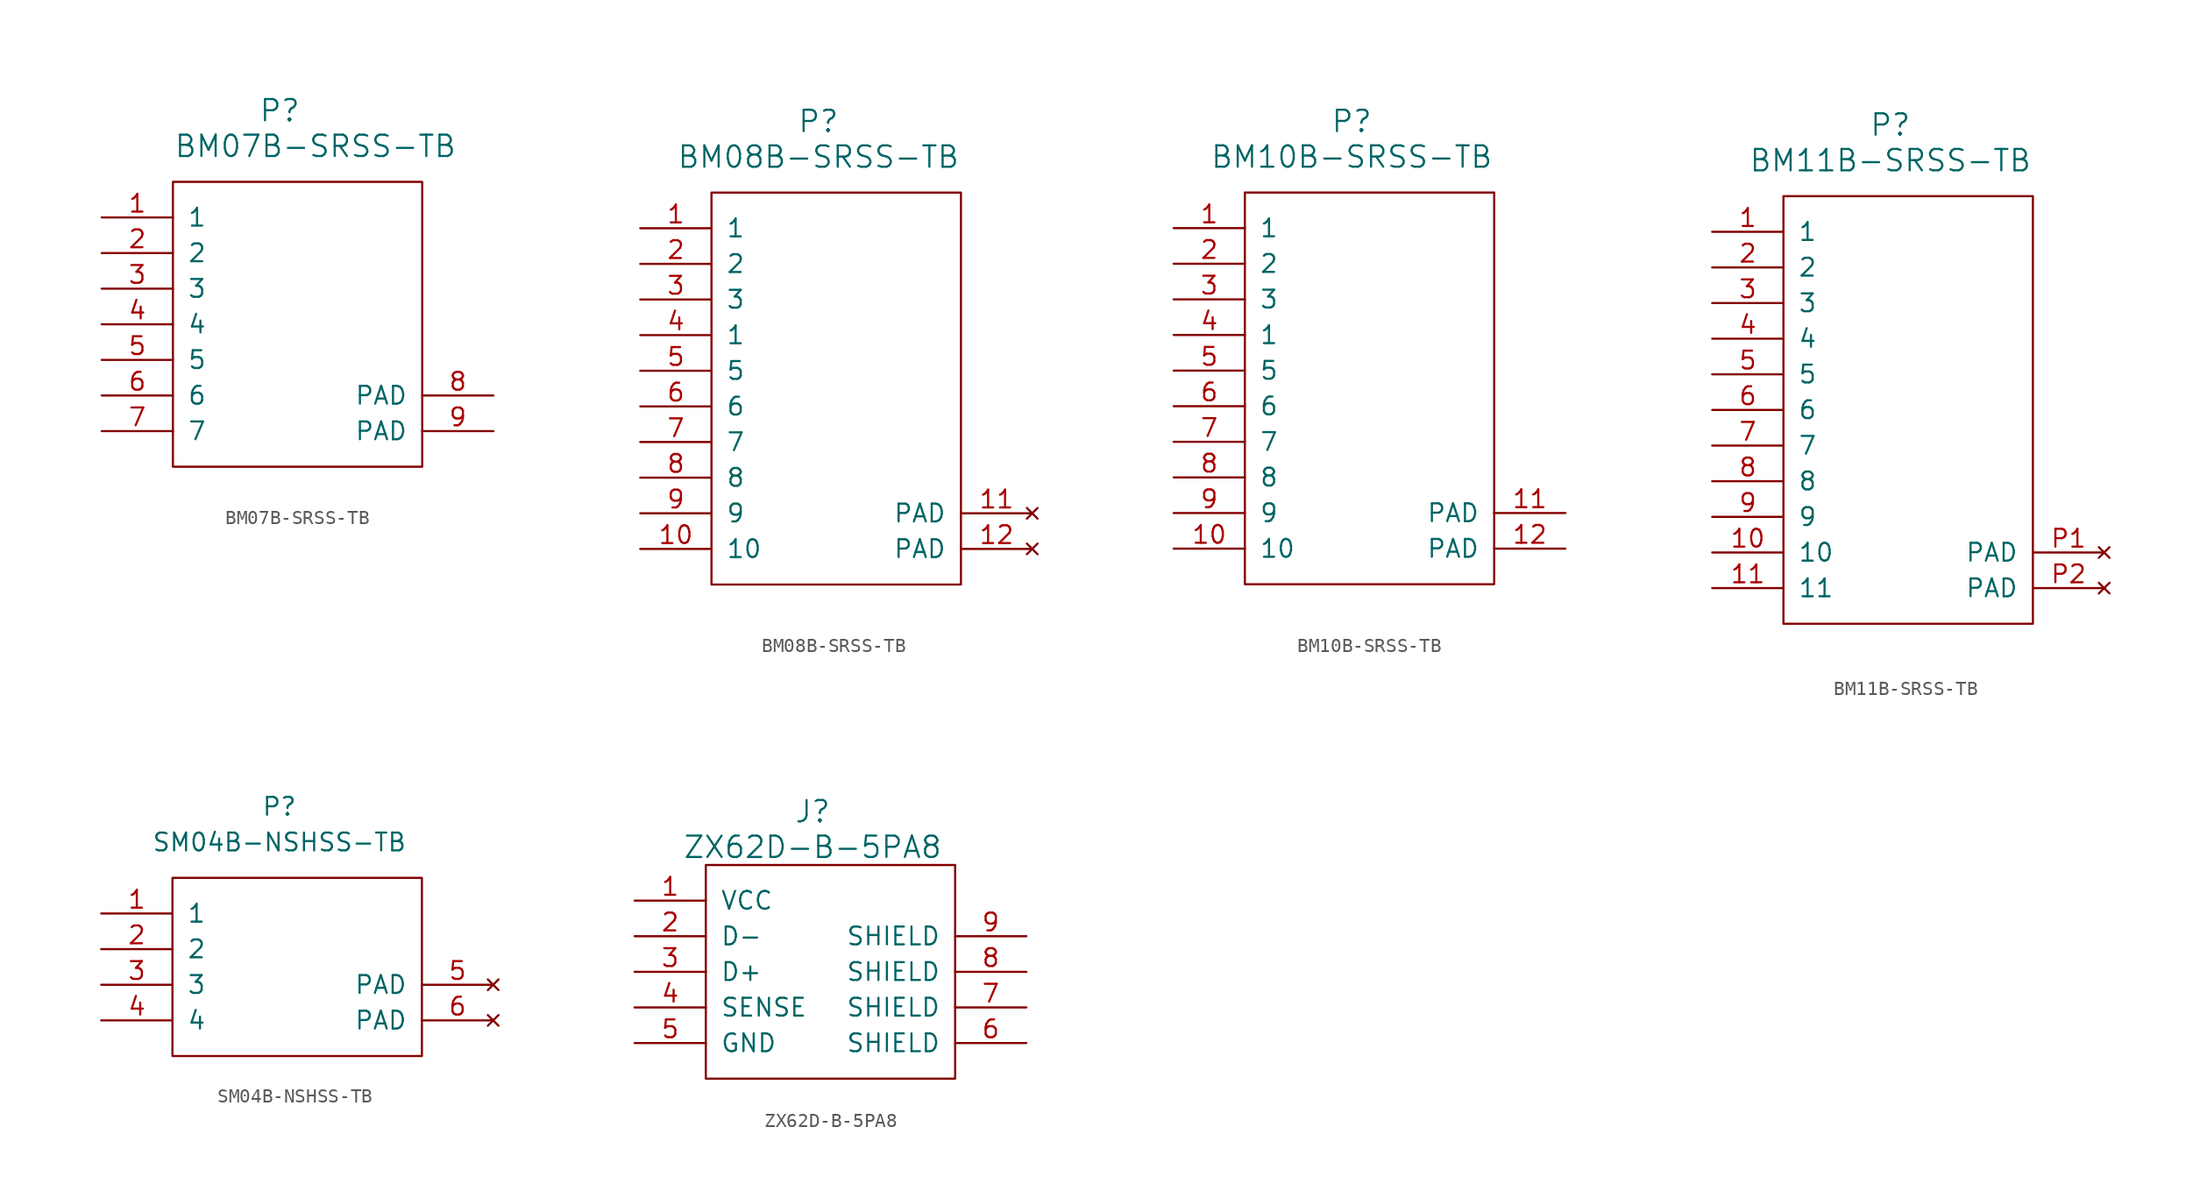
<source format=kicad_sym>
(kicad_symbol_lib
  (version 20220914)
  (generator kicad_symbol_editor)
  (symbol "BM07B-SRSS-TB"
    (pin_names
      (offset 1.016))
    (property "Reference" "P"
      (at 7.62 25.4 0)
      (effects (font (size 1.524 1.524))))
    (property "Value" "BM07B-SRSS-TB"
      (at 10.16 22.86 0)
      (effects (font (size 1.524 1.524))))
    (symbol "BM07B-SRSS-TB_0_1"
      (rectangle (start 0 0) (end 17.78 20.32) (stroke (width 0) (type solid)) (fill (type none))))
    (symbol "BM07B-SRSS-TB_1_1"
      (pin passive line (at -5.08 17.78 0) (length 5.08) (name "1" (effects (font (size 1.27 1.27)))) (number "1" (effects (font (size 1.27 1.27)))))
      (pin passive line (at -5.08 15.24 0) (length 5.08) (name "2" (effects (font (size 1.27 1.27)))) (number "2" (effects (font (size 1.27 1.27)))))
      (pin passive line (at -5.08 12.7 0) (length 5.08) (name "3" (effects (font (size 1.27 1.27)))) (number "3" (effects (font (size 1.27 1.27)))))
      (pin passive line (at -5.08 10.16 0) (length 5.08) (name "4" (effects (font (size 1.27 1.27)))) (number "4" (effects (font (size 1.27 1.27)))))
      (pin passive line (at -5.08 7.62 0) (length 5.08) (name "5" (effects (font (size 1.27 1.27)))) (number "5" (effects (font (size 1.27 1.27)))))
      (pin passive line (at -5.08 5.08 0) (length 5.08) (name "6" (effects (font (size 1.27 1.27)))) (number "6" (effects (font (size 1.27 1.27)))))
      (pin passive line (at -5.08 2.54 0) (length 5.08) (name "7" (effects (font (size 1.27 1.27)))) (number "7" (effects (font (size 1.27 1.27)))))
      (pin unspecified line (at 22.86 5.08 180) (length 5.08) (name "PAD" (effects (font (size 1.27 1.27)))) (number "8" (effects (font (size 1.27 1.27)))))
      (pin unspecified line (at 22.86 2.54 180) (length 5.08) (name "PAD" (effects (font (size 1.27 1.27)))) (number "9" (effects (font (size 1.27 1.27)))))))
  (symbol "BM08B-SRSS-TB"
    (pin_names
      (offset 1.016))
    (property "Reference" "P"
      (at 7.62 33.02 0)
      (effects (font (size 1.524 1.524))))
    (property "Value" "BM08B-SRSS-TB"
      (at 7.62 30.48 0)
      (effects (font (size 1.524 1.524))))
    (symbol "BM08B-SRSS-TB_0_1"
      (rectangle (start 0 0) (end 17.78 27.94) (stroke (width 0) (type solid)) (fill (type none))))
    (symbol "BM08B-SRSS-TB_1_1"
      (pin passive line (at -5.08 25.4 0) (length 5.08) (name "1" (effects (font (size 1.27 1.27)))) (number "1" (effects (font (size 1.27 1.27)))))
      (pin passive line (at -5.08 2.54 0) (length 5.08) (name "10" (effects (font (size 1.27 1.27)))) (number "10" (effects (font (size 1.27 1.27)))))
      (pin no_connect line (at 22.86 5.08 180) (length 5.08) (name "PAD" (effects (font (size 1.27 1.27)))) (number "11" (effects (font (size 1.27 1.27)))))
      (pin no_connect line (at 22.86 2.54 180) (length 5.08) (name "PAD" (effects (font (size 1.27 1.27)))) (number "12" (effects (font (size 1.27 1.27)))))
      (pin passive line (at -5.08 22.86 0) (length 5.08) (name "2" (effects (font (size 1.27 1.27)))) (number "2" (effects (font (size 1.27 1.27)))))
      (pin passive line (at -5.08 20.32 0) (length 5.08) (name "3" (effects (font (size 1.27 1.27)))) (number "3" (effects (font (size 1.27 1.27)))))
      (pin passive line (at -5.08 17.78 0) (length 5.08) (name "1" (effects (font (size 1.27 1.27)))) (number "4" (effects (font (size 1.27 1.27)))))
      (pin passive line (at -5.08 15.24 0) (length 5.08) (name "5" (effects (font (size 1.27 1.27)))) (number "5" (effects (font (size 1.27 1.27)))))
      (pin passive line (at -5.08 12.7 0) (length 5.08) (name "6" (effects (font (size 1.27 1.27)))) (number "6" (effects (font (size 1.27 1.27)))))
      (pin passive line (at -5.08 10.16 0) (length 5.08) (name "7" (effects (font (size 1.27 1.27)))) (number "7" (effects (font (size 1.27 1.27)))))
      (pin passive line (at -5.08 7.62 0) (length 5.08) (name "8" (effects (font (size 1.27 1.27)))) (number "8" (effects (font (size 1.27 1.27)))))
      (pin passive line (at -5.08 5.08 0) (length 5.08) (name "9" (effects (font (size 1.27 1.27)))) (number "9" (effects (font (size 1.27 1.27)))))))
  (symbol "BM10B-SRSS-TB"
    (pin_names
      (offset 1.016))
    (property "Reference" "P"
      (at 7.62 33.02 0)
      (effects (font (size 1.524 1.524))))
    (property "Value" "BM10B-SRSS-TB"
      (at 7.62 30.48 0)
      (effects (font (size 1.524 1.524))))
    (symbol "BM10B-SRSS-TB_0_1"
      (rectangle (start 0 0) (end 17.78 27.94) (stroke (width 0) (type solid)) (fill (type none))))
    (symbol "BM10B-SRSS-TB_1_1"
      (pin passive line (at -5.08 25.4 0) (length 5.08) (name "1" (effects (font (size 1.27 1.27)))) (number "1" (effects (font (size 1.27 1.27)))))
      (pin passive line (at -5.08 2.54 0) (length 5.08) (name "10" (effects (font (size 1.27 1.27)))) (number "10" (effects (font (size 1.27 1.27)))))
      (pin unspecified line (at 22.86 5.08 180) (length 5.08) (name "PAD" (effects (font (size 1.27 1.27)))) (number "11" (effects (font (size 1.27 1.27)))))
      (pin unspecified line (at 22.86 2.54 180) (length 5.08) (name "PAD" (effects (font (size 1.27 1.27)))) (number "12" (effects (font (size 1.27 1.27)))))
      (pin passive line (at -5.08 22.86 0) (length 5.08) (name "2" (effects (font (size 1.27 1.27)))) (number "2" (effects (font (size 1.27 1.27)))))
      (pin passive line (at -5.08 20.32 0) (length 5.08) (name "3" (effects (font (size 1.27 1.27)))) (number "3" (effects (font (size 1.27 1.27)))))
      (pin passive line (at -5.08 17.78 0) (length 5.08) (name "1" (effects (font (size 1.27 1.27)))) (number "4" (effects (font (size 1.27 1.27)))))
      (pin passive line (at -5.08 15.24 0) (length 5.08) (name "5" (effects (font (size 1.27 1.27)))) (number "5" (effects (font (size 1.27 1.27)))))
      (pin passive line (at -5.08 12.7 0) (length 5.08) (name "6" (effects (font (size 1.27 1.27)))) (number "6" (effects (font (size 1.27 1.27)))))
      (pin passive line (at -5.08 10.16 0) (length 5.08) (name "7" (effects (font (size 1.27 1.27)))) (number "7" (effects (font (size 1.27 1.27)))))
      (pin passive line (at -5.08 7.62 0) (length 5.08) (name "8" (effects (font (size 1.27 1.27)))) (number "8" (effects (font (size 1.27 1.27)))))
      (pin passive line (at -5.08 5.08 0) (length 5.08) (name "9" (effects (font (size 1.27 1.27)))) (number "9" (effects (font (size 1.27 1.27)))))))
  (symbol "BM11B-SRSS-TB"
    (pin_names
      (offset 1.016))
    (property "Reference" "P"
      (at 7.62 35.56 0)
      (effects (font (size 1.524 1.524))))
    (property "Value" "BM11B-SRSS-TB"
      (at 7.62 33.02 0)
      (effects (font (size 1.524 1.524))))
    (symbol "BM11B-SRSS-TB_0_1"
      (rectangle (start 0 0) (end 17.78 30.48) (stroke (width 0) (type solid)) (fill (type none))))
    (symbol "BM11B-SRSS-TB_1_1"
      (pin passive line (at -5.08 27.94 0) (length 5.08) (name "1" (effects (font (size 1.27 1.27)))) (number "1" (effects (font (size 1.27 1.27)))))
      (pin passive line (at -5.08 5.08 0) (length 5.08) (name "10" (effects (font (size 1.27 1.27)))) (number "10" (effects (font (size 1.27 1.27)))))
      (pin passive line (at -5.08 2.54 0) (length 5.08) (name "11" (effects (font (size 1.27 1.27)))) (number "11" (effects (font (size 1.27 1.27)))))
      (pin passive line (at -5.08 25.4 0) (length 5.08) (name "2" (effects (font (size 1.27 1.27)))) (number "2" (effects (font (size 1.27 1.27)))))
      (pin passive line (at -5.08 22.86 0) (length 5.08) (name "3" (effects (font (size 1.27 1.27)))) (number "3" (effects (font (size 1.27 1.27)))))
      (pin passive line (at -5.08 20.32 0) (length 5.08) (name "4" (effects (font (size 1.27 1.27)))) (number "4" (effects (font (size 1.27 1.27)))))
      (pin passive line (at -5.08 17.78 0) (length 5.08) (name "5" (effects (font (size 1.27 1.27)))) (number "5" (effects (font (size 1.27 1.27)))))
      (pin passive line (at -5.08 15.24 0) (length 5.08) (name "6" (effects (font (size 1.27 1.27)))) (number "6" (effects (font (size 1.27 1.27)))))
      (pin passive line (at -5.08 12.7 0) (length 5.08) (name "7" (effects (font (size 1.27 1.27)))) (number "7" (effects (font (size 1.27 1.27)))))
      (pin passive line (at -5.08 10.16 0) (length 5.08) (name "8" (effects (font (size 1.27 1.27)))) (number "8" (effects (font (size 1.27 1.27)))))
      (pin passive line (at -5.08 7.62 0) (length 5.08) (name "9" (effects (font (size 1.27 1.27)))) (number "9" (effects (font (size 1.27 1.27)))))
      (pin no_connect line (at 22.86 5.08 180) (length 5.08) (name "PAD" (effects (font (size 1.27 1.27)))) (number "P1" (effects (font (size 1.27 1.27)))))
      (pin no_connect line (at 22.86 2.54 180) (length 5.08) (name "PAD" (effects (font (size 1.27 1.27)))) (number "P2" (effects (font (size 1.27 1.27)))))))
  (symbol "SM04B-NSHSS-TB"
    (pin_names
      (offset 1.016))
    (property "Reference" "P"
      (at 7.62 17.78 0)
      (effects (font (size 1.27 1.27))))
    (property "Value" "SM04B-NSHSS-TB"
      (at 7.62 15.24 0)
      (effects (font (size 1.27 1.27))))
    (symbol "SM04B-NSHSS-TB_0_1"
      (rectangle (start 0 0) (end 17.78 12.7) (stroke (width 0) (type solid)) (fill (type none))))
    (symbol "SM04B-NSHSS-TB_1_1"
      (pin passive line (at -5.08 10.16 0) (length 5.08) (name "1" (effects (font (size 1.27 1.27)))) (number "1" (effects (font (size 1.27 1.27)))))
      (pin passive line (at -5.08 7.62 0) (length 5.08) (name "2" (effects (font (size 1.27 1.27)))) (number "2" (effects (font (size 1.27 1.27)))))
      (pin passive line (at -5.08 5.08 0) (length 5.08) (name "3" (effects (font (size 1.27 1.27)))) (number "3" (effects (font (size 1.27 1.27)))))
      (pin passive line (at -5.08 2.54 0) (length 5.08) (name "4" (effects (font (size 1.27 1.27)))) (number "4" (effects (font (size 1.27 1.27)))))
      (pin no_connect line (at 22.86 5.08 180) (length 5.08) (name "PAD" (effects (font (size 1.27 1.27)))) (number "5" (effects (font (size 1.27 1.27)))))
      (pin no_connect line (at 22.86 2.54 180) (length 5.08) (name "PAD" (effects (font (size 1.27 1.27)))) (number "6" (effects (font (size 1.27 1.27)))))))
  (symbol "ZX62D-B-5PA8"
    (pin_names
      (offset 1.016))
    (property "Reference" "J"
      (at 7.62 19.05 0)
      (effects (font (size 1.524 1.524))))
    (property "Value" "ZX62D-B-5PA8"
      (at 7.62 16.51 0)
      (effects (font (size 1.524 1.524))))
    (property "Footprint" ""
      (at 0 0.635 0)
      (effects (font (size 1.524 1.524))))
    (property "Datasheet" ""
      (at 0 0.635 0)
      (effects (font (size 1.524 1.524))))
    (symbol "ZX62D-B-5PA8_0_1"
      (rectangle (start 0 0) (end 17.78 15.24) (stroke (width 0) (type solid)) (fill (type none))))
    (symbol "ZX62D-B-5PA8_1_1"
      (pin input line (at -5.08 12.7 0) (length 5.08) (name "VCC" (effects (font (size 1.27 1.27)))) (number "1" (effects (font (size 1.27 1.27)))))
      (pin input line (at -5.08 10.16 0) (length 5.08) (name "D-" (effects (font (size 1.27 1.27)))) (number "2" (effects (font (size 1.27 1.27)))))
      (pin input line (at -5.08 7.62 0) (length 5.08) (name "D+" (effects (font (size 1.27 1.27)))) (number "3" (effects (font (size 1.27 1.27)))))
      (pin input line (at -5.08 5.08 0) (length 5.08) (name "SENSE" (effects (font (size 1.27 1.27)))) (number "4" (effects (font (size 1.27 1.27)))))
      (pin input line (at -5.08 2.54 0) (length 5.08) (name "GND" (effects (font (size 1.27 1.27)))) (number "5" (effects (font (size 1.27 1.27)))))
      (pin bidirectional line (at 22.86 2.54 180) (length 5.08) (name "SHIELD" (effects (font (size 1.27 1.27)))) (number "6" (effects (font (size 1.27 1.27)))))
      (pin bidirectional line (at 22.86 5.08 180) (length 5.08) (name "SHIELD" (effects (font (size 1.27 1.27)))) (number "7" (effects (font (size 1.27 1.27)))))
      (pin bidirectional line (at 22.86 7.62 180) (length 5.08) (name "SHIELD" (effects (font (size 1.27 1.27)))) (number "8" (effects (font (size 1.27 1.27)))))
      (pin bidirectional line (at 22.86 10.16 180) (length 5.08) (name "SHIELD" (effects (font (size 1.27 1.27)))) (number "9" (effects (font (size 1.27 1.27))))))))
</source>
